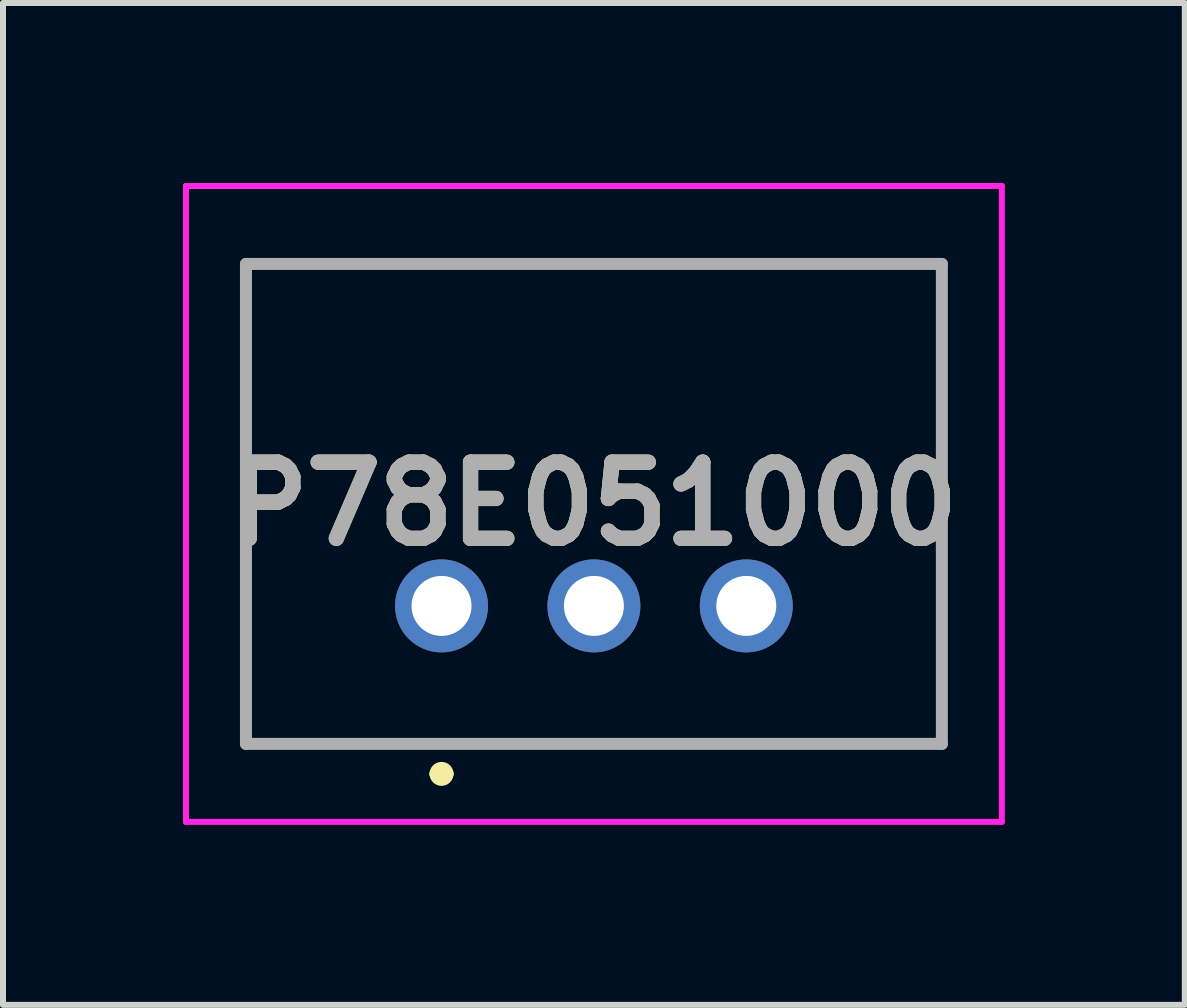
<source format=kicad_pcb>
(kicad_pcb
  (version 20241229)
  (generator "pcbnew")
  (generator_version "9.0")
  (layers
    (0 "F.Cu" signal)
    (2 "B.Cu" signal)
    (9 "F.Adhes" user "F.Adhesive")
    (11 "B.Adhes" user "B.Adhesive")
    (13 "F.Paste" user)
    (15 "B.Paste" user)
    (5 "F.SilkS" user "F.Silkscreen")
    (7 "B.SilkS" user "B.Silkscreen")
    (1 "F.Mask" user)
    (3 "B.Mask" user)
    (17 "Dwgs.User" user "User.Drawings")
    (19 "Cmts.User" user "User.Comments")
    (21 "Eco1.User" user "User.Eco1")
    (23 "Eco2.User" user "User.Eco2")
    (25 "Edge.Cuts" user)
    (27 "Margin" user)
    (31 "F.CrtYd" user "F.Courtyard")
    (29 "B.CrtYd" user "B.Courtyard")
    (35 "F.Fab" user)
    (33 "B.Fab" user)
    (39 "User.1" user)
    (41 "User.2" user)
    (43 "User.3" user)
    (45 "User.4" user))
  (footprint "P78E051000"
    (layer "F.Cu")
    (at 4.31 7.05)
    (property "Reference" "P78E051000" (at 2.54 -1.7 0) (layer "F.SilkS") (effects (font (size 1.27 1.27) (thickness 0.254))))
    (attr through_hole)
    (fp_line (start -3.26 -5.7) (end 8.34 -5.7) (stroke (width 0.1) (type solid)) (layer "F.SilkS"))
    (fp_line (start -3.26 2.3) (end -3.26 -5.7) (stroke (width 0.1) (type solid)) (layer "F.SilkS"))
    (fp_line (start -0.1 2.8) (end -0.1 2.8) (stroke (width 0.2) (type solid)) (layer "F.SilkS"))
    (fp_line (start 0.1 2.8) (end 0.1 2.8) (stroke (width 0.2) (type solid)) (layer "F.SilkS"))
    (fp_line (start 8.34 -5.7) (end 8.34 2.3) (stroke (width 0.1) (type solid)) (layer "F.SilkS"))
    (fp_line (start 8.34 2.3) (end -3.26 2.3) (stroke (width 0.1) (type solid)) (layer "F.SilkS"))
    (fp_arc (start -0.1 2.8) (mid 0 2.7) (end 0.1 2.8) (stroke (width 0.2) (type solid)) (layer "F.SilkS"))
    (fp_arc (start 0.1 2.8) (mid 0 2.9) (end -0.1 2.8) (stroke (width 0.2) (type solid)) (layer "F.SilkS"))
    (fp_line (start -4.26 -7) (end 9.34 -7) (stroke (width 0.1) (type solid)) (layer "F.CrtYd"))
    (fp_line (start -4.26 3.6) (end -4.26 -7) (stroke (width 0.1) (type solid)) (layer "F.CrtYd"))
    (fp_line (start 9.34 -7) (end 9.34 3.6) (stroke (width 0.1) (type solid)) (layer "F.CrtYd"))
    (fp_line (start 9.34 3.6) (end -4.26 3.6) (stroke (width 0.1) (type solid)) (layer "F.CrtYd"))
    (fp_line (start -3.26 -5.7) (end 8.34 -5.7) (stroke (width 0.2) (type solid)) (layer "F.Fab"))
    (fp_line (start -3.26 2.3) (end -3.26 -5.7) (stroke (width 0.2) (type solid)) (layer "F.Fab"))
    (fp_line (start 8.34 -5.7) (end 8.34 2.3) (stroke (width 0.2) (type solid)) (layer "F.Fab"))
    (fp_line (start 8.34 2.3) (end -3.26 2.3) (stroke (width 0.2) (type solid)) (layer "F.Fab"))
    (fp_text user "${REFERENCE}" (at 2.54 -1.7 0) (layer "F.Fab") (effects (font (size 1.27 1.27) (thickness 0.254))))
    (pad "1" thru_hole circle (at 0 0) (size 1.55 1.55) (drill 1) (layers "*.Cu" "*.Mask"))
    (pad "2" thru_hole circle (at 2.54 0) (size 1.55 1.55) (drill 1) (layers "*.Cu" "*.Mask"))
    (pad "3" thru_hole circle (at 5.08 0) (size 1.55 1.55) (drill 1) (layers "*.Cu" "*.Mask")))
  (gr_rect
    (start -3 -3)
    (end 16.7 13.7)
    (stroke (width 0.1) (type default))
    (fill no)
    (layer "Edge.Cuts")))
</source>
